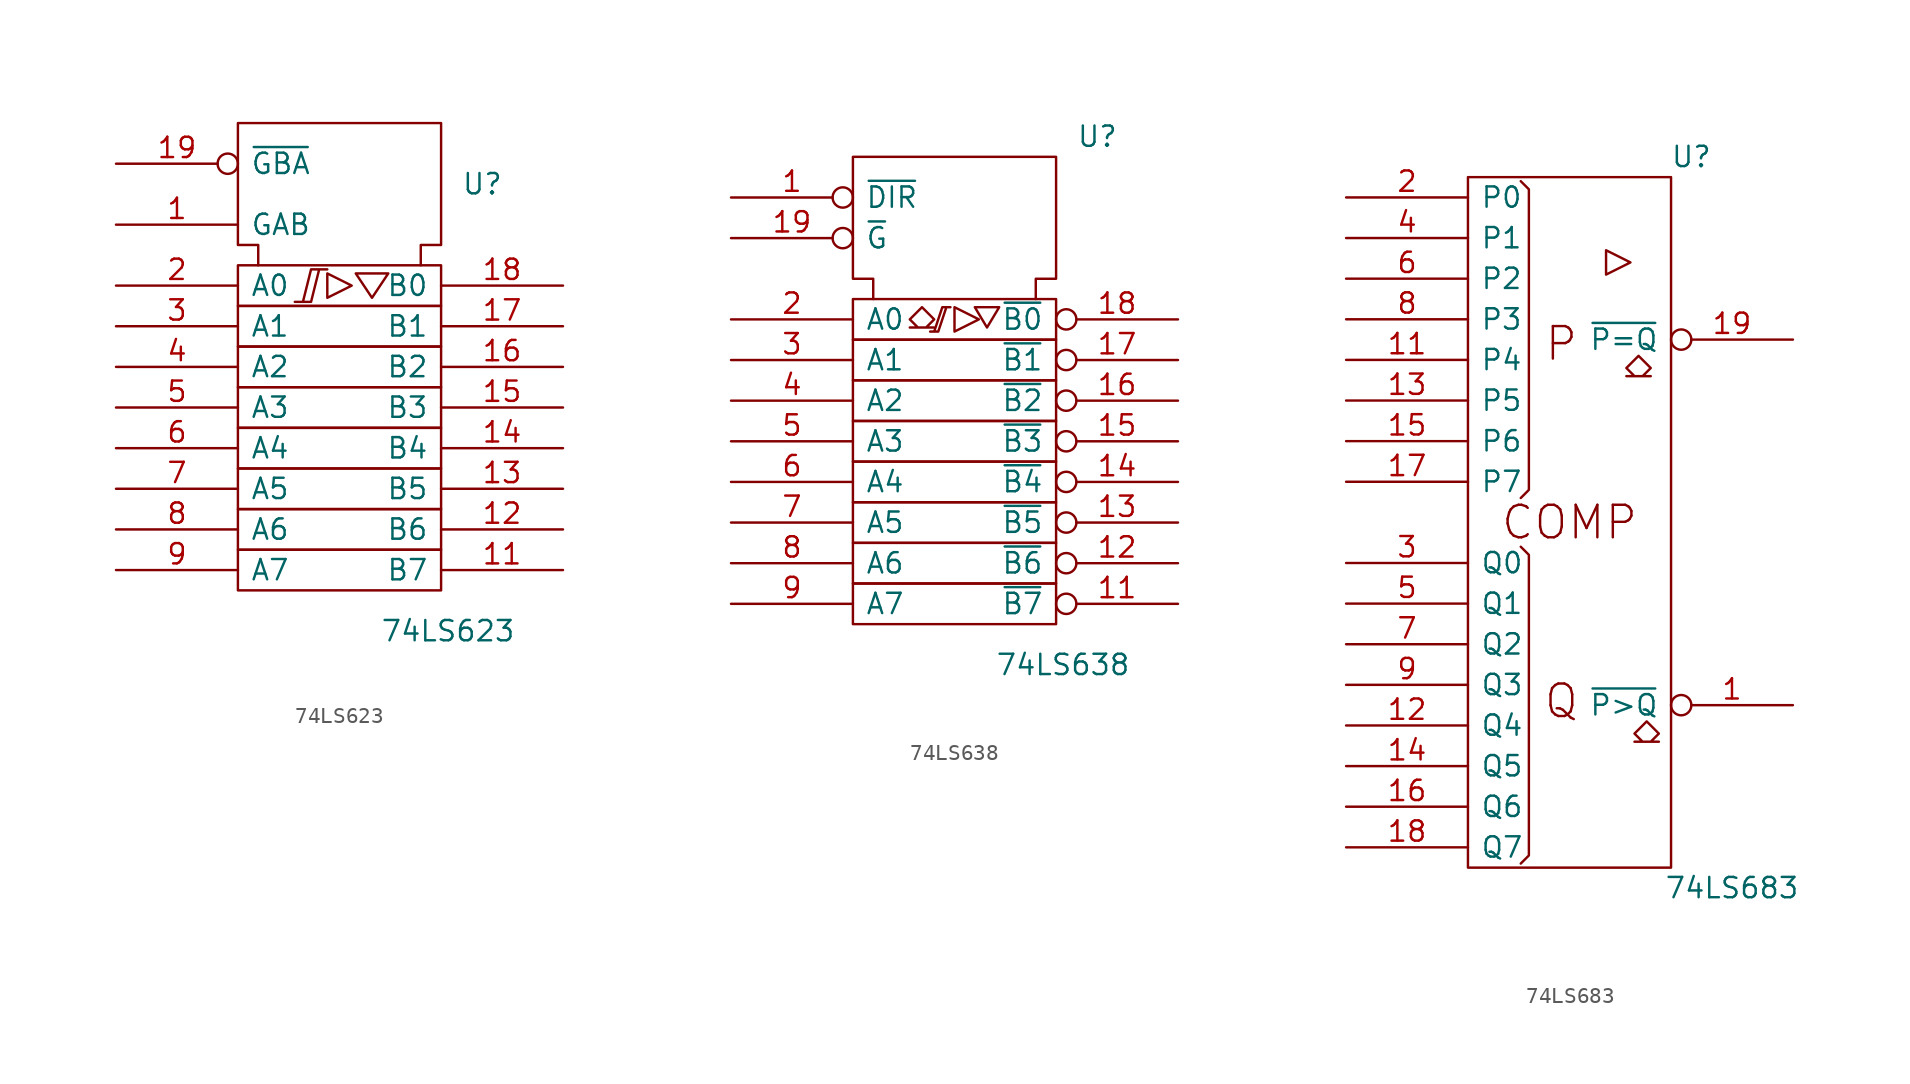
<source format=kicad_sym>
(kicad_symbol_lib
  (version 20201005)
  (generator kicad_symbol_editor)
  (symbol "74LS623"
    (pin_names
      (offset 0.762))
    (property "Reference" "U"
      (at 7.62 19.05 0)
      (effects (font (size 1.27 1.27)) (justify left)))
    (property "Value" "74LS623"
      (at 2.54 -8.89 0)
      (effects (font (size 1.27 1.27)) (justify left)))
    (symbol "74LS623_0_0"
      (polyline (pts (xy -0.762 13.462) (xy -0.762 11.938) (xy 0.762 12.7) (xy -0.762 13.462) (xy -0.762 13.462)) (stroke (width 0)) (fill (type none)))
      (polyline (pts (xy 1.016 13.462) (xy 3.048 13.462) (xy 2.032 11.938) (xy 1.016 13.462) (xy 1.016 13.462)) (stroke (width 0)) (fill (type none)))
      (polyline (pts (xy -2.794 11.684) (xy -1.778 11.684) (xy -1.27 13.716) (xy -0.762 13.716) (xy -1.778 13.716) (xy -2.286 11.684) (xy -2.286 11.684)) (stroke (width 0)) (fill (type none)))
      (pin power_in line (at 1.27 22.86 270) (length 0) hide (name "GND" (effects (font (size 1.27 1.27)))) (number "10" (effects (font (size 1.27 1.27)))))
      (pin power_in line (at 5.08 22.86 270) (length 0) hide (name "VCC" (effects (font (size 1.27 1.27)))) (number "20" (effects (font (size 1.27 1.27))))))
    (symbol "74LS623_0_1"
      (rectangle (start -6.35 -3.81) (end 6.35 -6.35) (stroke (width 0)) (fill (type none)))
      (rectangle (start -6.35 -1.27) (end 6.35 -3.81) (stroke (width 0)) (fill (type none)))
      (rectangle (start -6.35 1.27) (end 6.35 -1.27) (stroke (width 0)) (fill (type none)))
      (rectangle (start -6.35 3.81) (end 6.35 1.27) (stroke (width 0)) (fill (type none)))
      (rectangle (start -6.35 6.35) (end 6.35 3.81) (stroke (width 0)) (fill (type none)))
      (rectangle (start -6.35 8.89) (end 6.35 6.35) (stroke (width 0)) (fill (type none)))
      (rectangle (start -6.35 11.43) (end 6.35 8.89) (stroke (width 0)) (fill (type none)))
      (rectangle (start -6.35 13.97) (end 6.35 11.43) (stroke (width 0)) (fill (type none)))
      (polyline (pts (xy -5.08 13.97) (xy -5.08 15.24) (xy -6.35 15.24) (xy -6.35 22.86) (xy 6.35 22.86) (xy 6.35 15.24) (xy 5.08 15.24) (xy 5.08 13.97) (xy 5.08 13.97)) (stroke (width 0)) (fill (type none))))
    (symbol "74LS623_1_1"
      (pin input line (at -13.97 16.51 0) (length 7.62) (name "GAB" (effects (font (size 1.27 1.27)))) (number "1" (effects (font (size 1.27 1.27)))))
      (pin tri_state line (at 13.97 -5.08 180) (length 7.62) (name "B7" (effects (font (size 1.27 1.27)))) (number "11" (effects (font (size 1.27 1.27)))))
      (pin tri_state line (at 13.97 -2.54 180) (length 7.62) (name "B6" (effects (font (size 1.27 1.27)))) (number "12" (effects (font (size 1.27 1.27)))))
      (pin tri_state line (at 13.97 0 180) (length 7.62) (name "B5" (effects (font (size 1.27 1.27)))) (number "13" (effects (font (size 1.27 1.27)))))
      (pin tri_state line (at 13.97 2.54 180) (length 7.62) (name "B4" (effects (font (size 1.27 1.27)))) (number "14" (effects (font (size 1.27 1.27)))))
      (pin tri_state line (at 13.97 5.08 180) (length 7.62) (name "B3" (effects (font (size 1.27 1.27)))) (number "15" (effects (font (size 1.27 1.27)))))
      (pin tri_state line (at 13.97 7.62 180) (length 7.62) (name "B2" (effects (font (size 1.27 1.27)))) (number "16" (effects (font (size 1.27 1.27)))))
      (pin tri_state line (at 13.97 10.16 180) (length 7.62) (name "B1" (effects (font (size 1.27 1.27)))) (number "17" (effects (font (size 1.27 1.27)))))
      (pin tri_state line (at 13.97 12.7 180) (length 7.62) (name "B0" (effects (font (size 1.27 1.27)))) (number "18" (effects (font (size 1.27 1.27)))))
      (pin input inverted (at -13.97 20.32 0) (length 7.62) (name "~GBA" (effects (font (size 1.27 1.27)))) (number "19" (effects (font (size 1.27 1.27)))))
      (pin tri_state line (at -13.97 12.7 0) (length 7.62) (name "A0" (effects (font (size 1.27 1.27)))) (number "2" (effects (font (size 1.27 1.27)))))
      (pin tri_state line (at -13.97 10.16 0) (length 7.62) (name "A1" (effects (font (size 1.27 1.27)))) (number "3" (effects (font (size 1.27 1.27)))))
      (pin tri_state line (at -13.97 7.62 0) (length 7.62) (name "A2" (effects (font (size 1.27 1.27)))) (number "4" (effects (font (size 1.27 1.27)))))
      (pin tri_state line (at -13.97 5.08 0) (length 7.62) (name "A3" (effects (font (size 1.27 1.27)))) (number "5" (effects (font (size 1.27 1.27)))))
      (pin tri_state line (at -13.97 2.54 0) (length 7.62) (name "A4" (effects (font (size 1.27 1.27)))) (number "6" (effects (font (size 1.27 1.27)))))
      (pin tri_state line (at -13.97 0 0) (length 7.62) (name "A5" (effects (font (size 1.27 1.27)))) (number "7" (effects (font (size 1.27 1.27)))))
      (pin tri_state line (at -13.97 -2.54 0) (length 7.62) (name "A6" (effects (font (size 1.27 1.27)))) (number "8" (effects (font (size 1.27 1.27)))))
      (pin tri_state line (at -13.97 -5.08 0) (length 7.62) (name "A7" (effects (font (size 1.27 1.27)))) (number "9" (effects (font (size 1.27 1.27)))))))
  (symbol "74LS638"
    (pin_names
      (offset 0.762))
    (property "Reference" "U"
      (at 7.62 17.78 0)
      (effects (font (size 1.27 1.27)) (justify left)))
    (property "Value" "74LS638"
      (at 2.54 -15.24 0)
      (effects (font (size 1.27 1.27)) (justify left)))
    (symbol "74LS638_0_0"
      (polyline (pts (xy 0 7.112) (xy 0 5.588) (xy 1.524 6.35) (xy 0 7.112) (xy 0 7.112)) (stroke (width 0)) (fill (type none)))
      (polyline (pts (xy 1.27 7.112) (xy 2.794 7.112) (xy 2.032 5.842) (xy 1.27 7.112) (xy 1.27 7.112)) (stroke (width 0)) (fill (type none)))
      (polyline (pts (xy -1.524 5.588) (xy -1.016 5.588) (xy -0.508 7.112) (xy -0.254 7.112) (xy -0.762 7.112) (xy -1.27 5.588) (xy -1.27 5.588)) (stroke (width 0)) (fill (type none)))
      (polyline (pts (xy -2.032 7.112) (xy -2.794 6.35) (xy -2.286 5.842) (xy -2.794 5.842) (xy -1.27 5.842) (xy -1.778 5.842) (xy -1.27 6.35) (xy -2.032 7.112) (xy -2.032 7.112)) (stroke (width 0)) (fill (type none)))
      (pin power_in line (at 1.27 16.51 270) (length 0) hide (name "GND" (effects (font (size 1.27 1.27)))) (number "10" (effects (font (size 1.27 1.27)))))
      (pin power_in line (at 5.08 16.51 270) (length 0) hide (name "VCC" (effects (font (size 1.27 1.27)))) (number "20" (effects (font (size 1.27 1.27))))))
    (symbol "74LS638_0_1"
      (rectangle (start -6.35 -10.16) (end 6.35 -12.7) (stroke (width 0)) (fill (type none)))
      (rectangle (start -6.35 -7.62) (end 6.35 -10.16) (stroke (width 0)) (fill (type none)))
      (rectangle (start -6.35 -5.08) (end 6.35 -7.62) (stroke (width 0)) (fill (type none)))
      (rectangle (start -6.35 -2.54) (end 6.35 -5.08) (stroke (width 0)) (fill (type none)))
      (rectangle (start -6.35 0) (end 6.35 -2.54) (stroke (width 0)) (fill (type none)))
      (rectangle (start -6.35 2.54) (end 6.35 0) (stroke (width 0)) (fill (type none)))
      (rectangle (start -6.35 5.08) (end 6.35 2.54) (stroke (width 0)) (fill (type none)))
      (rectangle (start -6.35 7.62) (end 6.35 5.08) (stroke (width 0)) (fill (type none)))
      (polyline (pts (xy -5.08 7.62) (xy -5.08 8.89) (xy -6.35 8.89) (xy -6.35 16.51) (xy 6.35 16.51) (xy 6.35 8.89) (xy 5.08 8.89) (xy 5.08 7.62) (xy 5.08 7.62)) (stroke (width 0)) (fill (type none))))
    (symbol "74LS638_1_1"
      (pin input inverted (at -13.97 13.97 0) (length 7.62) (name "~DIR" (effects (font (size 1.27 1.27)))) (number "1" (effects (font (size 1.27 1.27)))))
      (pin tri_state inverted (at 13.97 -11.43 180) (length 7.62) (name "~B7" (effects (font (size 1.27 1.27)))) (number "11" (effects (font (size 1.27 1.27)))))
      (pin tri_state inverted (at 13.97 -8.89 180) (length 7.62) (name "~B6" (effects (font (size 1.27 1.27)))) (number "12" (effects (font (size 1.27 1.27)))))
      (pin tri_state inverted (at 13.97 -6.35 180) (length 7.62) (name "~B5" (effects (font (size 1.27 1.27)))) (number "13" (effects (font (size 1.27 1.27)))))
      (pin tri_state inverted (at 13.97 -3.81 180) (length 7.62) (name "~B4" (effects (font (size 1.27 1.27)))) (number "14" (effects (font (size 1.27 1.27)))))
      (pin tri_state inverted (at 13.97 -1.27 180) (length 7.62) (name "~B3" (effects (font (size 1.27 1.27)))) (number "15" (effects (font (size 1.27 1.27)))))
      (pin tri_state inverted (at 13.97 1.27 180) (length 7.62) (name "~B2" (effects (font (size 1.27 1.27)))) (number "16" (effects (font (size 1.27 1.27)))))
      (pin tri_state inverted (at 13.97 3.81 180) (length 7.62) (name "~B1" (effects (font (size 1.27 1.27)))) (number "17" (effects (font (size 1.27 1.27)))))
      (pin tri_state inverted (at 13.97 6.35 180) (length 7.62) (name "~B0" (effects (font (size 1.27 1.27)))) (number "18" (effects (font (size 1.27 1.27)))))
      (pin input inverted (at -13.97 11.43 0) (length 7.62) (name "~G" (effects (font (size 1.27 1.27)))) (number "19" (effects (font (size 1.27 1.27)))))
      (pin tri_state line (at -13.97 6.35 0) (length 7.62) (name "A0" (effects (font (size 1.27 1.27)))) (number "2" (effects (font (size 1.27 1.27)))))
      (pin tri_state line (at -13.97 3.81 0) (length 7.62) (name "A1" (effects (font (size 1.27 1.27)))) (number "3" (effects (font (size 1.27 1.27)))))
      (pin tri_state line (at -13.97 1.27 0) (length 7.62) (name "A2" (effects (font (size 1.27 1.27)))) (number "4" (effects (font (size 1.27 1.27)))))
      (pin tri_state line (at -13.97 -1.27 0) (length 7.62) (name "A3" (effects (font (size 1.27 1.27)))) (number "5" (effects (font (size 1.27 1.27)))))
      (pin tri_state line (at -13.97 -3.81 0) (length 7.62) (name "A4" (effects (font (size 1.27 1.27)))) (number "6" (effects (font (size 1.27 1.27)))))
      (pin tri_state line (at -13.97 -6.35 0) (length 7.62) (name "A5" (effects (font (size 1.27 1.27)))) (number "7" (effects (font (size 1.27 1.27)))))
      (pin tri_state line (at -13.97 -8.89 0) (length 7.62) (name "A6" (effects (font (size 1.27 1.27)))) (number "8" (effects (font (size 1.27 1.27)))))
      (pin tri_state line (at -13.97 -11.43 0) (length 7.62) (name "A7" (effects (font (size 1.27 1.27)))) (number "9" (effects (font (size 1.27 1.27)))))))
  (symbol "74LS683"
    (pin_names
      (offset 0.762))
    (property "Reference" "U"
      (at 7.62 22.86 0)
      (effects (font (size 1.27 1.27))))
    (property "Value" "74LS683"
      (at 10.16 -22.86 0)
      (effects (font (size 1.27 1.27))))
    (symbol "74LS683_0_0"
      (text "COMP" (at 0 0 0) (effects (font (size 2.032 2.032))))
      (text "P" (at -0.508 11.176 0) (effects (font (size 2.032 2.032))))
      (text "Q" (at -0.508 -11.176 0) (effects (font (size 2.032 2.032))))
      (polyline (pts (xy 2.286 17.018) (xy 2.286 15.494) (xy 3.81 16.256) (xy 2.286 17.018) (xy 2.286 17.018)) (stroke (width 0)) (fill (type none)))
      (polyline (pts (xy 4.318 10.414) (xy 5.08 9.652) (xy 4.572 9.144) (xy 5.08 9.144) (xy 3.556 9.144) (xy 4.064 9.144) (xy 3.556 9.652) (xy 4.318 10.414) (xy 4.318 10.414)) (stroke (width 0)) (fill (type none)))
      (polyline (pts (xy 4.826 -12.446) (xy 5.588 -13.208) (xy 5.08 -13.716) (xy 5.588 -13.716) (xy 4.064 -13.716) (xy 4.572 -13.716) (xy 4.064 -13.208) (xy 4.826 -12.446) (xy 4.826 -12.446)) (stroke (width 0)) (fill (type none))))
    (symbol "74LS683_0_1"
      (rectangle (start -6.35 21.59) (end 6.35 -21.59) (stroke (width 0)) (fill (type none)))
      (polyline (pts (xy -3.048 -1.524) (xy -2.54 -2.032) (xy -2.54 -20.828) (xy -3.048 -21.336) (xy -3.048 -21.336)) (stroke (width 0)) (fill (type none)))
      (polyline (pts (xy -3.048 21.336) (xy -2.54 20.828) (xy -2.54 2.032) (xy -3.048 1.524) (xy -3.048 1.524)) (stroke (width 0)) (fill (type none))))
    (symbol "74LS683_1_1"
      (pin output inverted (at 13.97 -11.43 180) (length 7.62) (name "~P>Q" (effects (font (size 1.27 1.27)))) (number "1" (effects (font (size 1.27 1.27)))))
      (pin power_in line (at 0 -21.59 90) (length 0) hide (name "Gnd" (effects (font (size 1.27 1.27)))) (number "10" (effects (font (size 1.27 1.27)))))
      (pin input line (at -13.97 10.16 0) (length 7.62) (name "P4" (effects (font (size 1.27 1.27)))) (number "11" (effects (font (size 1.27 1.27)))))
      (pin input line (at -13.97 -12.7 0) (length 7.62) (name "Q4" (effects (font (size 1.27 1.27)))) (number "12" (effects (font (size 1.27 1.27)))))
      (pin input line (at -13.97 7.62 0) (length 7.62) (name "P5" (effects (font (size 1.27 1.27)))) (number "13" (effects (font (size 1.27 1.27)))))
      (pin input line (at -13.97 -15.24 0) (length 7.62) (name "Q5" (effects (font (size 1.27 1.27)))) (number "14" (effects (font (size 1.27 1.27)))))
      (pin input line (at -13.97 5.08 0) (length 7.62) (name "P6" (effects (font (size 1.27 1.27)))) (number "15" (effects (font (size 1.27 1.27)))))
      (pin input line (at -13.97 -17.78 0) (length 7.62) (name "Q6" (effects (font (size 1.27 1.27)))) (number "16" (effects (font (size 1.27 1.27)))))
      (pin input line (at -13.97 2.54 0) (length 7.62) (name "P7" (effects (font (size 1.27 1.27)))) (number "17" (effects (font (size 1.27 1.27)))))
      (pin input line (at -13.97 -20.32 0) (length 7.62) (name "Q7" (effects (font (size 1.27 1.27)))) (number "18" (effects (font (size 1.27 1.27)))))
      (pin output inverted (at 13.97 11.43 180) (length 7.62) (name "~P=Q" (effects (font (size 1.27 1.27)))) (number "19" (effects (font (size 1.27 1.27)))))
      (pin input line (at -13.97 20.32 0) (length 7.62) (name "P0" (effects (font (size 1.27 1.27)))) (number "2" (effects (font (size 1.27 1.27)))))
      (pin power_in line (at 0 21.59 270) (length 0) hide (name "Vcc" (effects (font (size 1.27 1.27)))) (number "20" (effects (font (size 1.27 1.27)))))
      (pin input line (at -13.97 -2.54 0) (length 7.62) (name "Q0" (effects (font (size 1.27 1.27)))) (number "3" (effects (font (size 1.27 1.27)))))
      (pin input line (at -13.97 17.78 0) (length 7.62) (name "P1" (effects (font (size 1.27 1.27)))) (number "4" (effects (font (size 1.27 1.27)))))
      (pin input line (at -13.97 -5.08 0) (length 7.62) (name "Q1" (effects (font (size 1.27 1.27)))) (number "5" (effects (font (size 1.27 1.27)))))
      (pin input line (at -13.97 15.24 0) (length 7.62) (name "P2" (effects (font (size 1.27 1.27)))) (number "6" (effects (font (size 1.27 1.27)))))
      (pin input line (at -13.97 -7.62 0) (length 7.62) (name "Q2" (effects (font (size 1.27 1.27)))) (number "7" (effects (font (size 1.27 1.27)))))
      (pin input line (at -13.97 12.7 0) (length 7.62) (name "P3" (effects (font (size 1.27 1.27)))) (number "8" (effects (font (size 1.27 1.27)))))
      (pin input line (at -13.97 -10.16 0) (length 7.62) (name "Q3" (effects (font (size 1.27 1.27)))) (number "9" (effects (font (size 1.27 1.27))))))))
</source>
